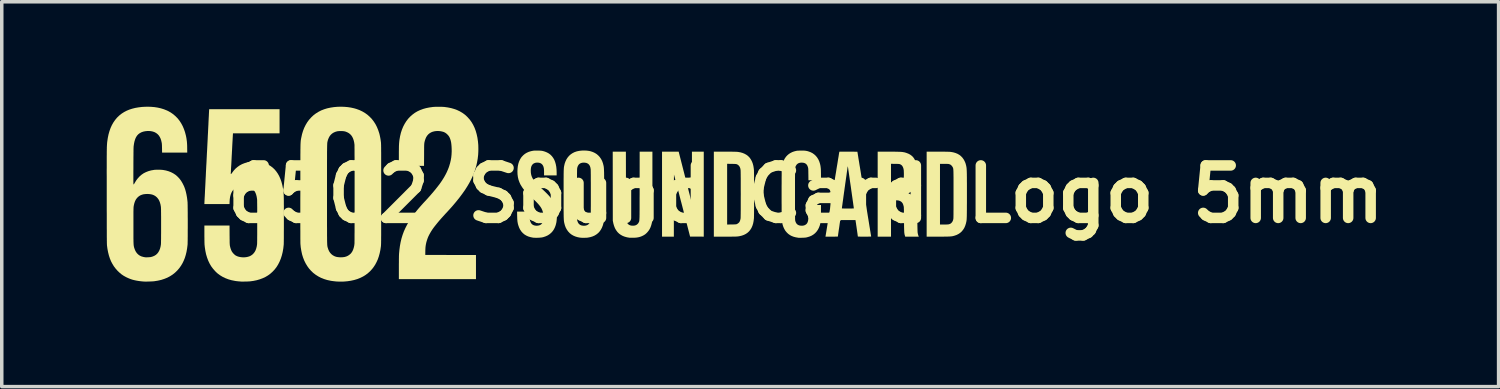
<source format=kicad_pcb>
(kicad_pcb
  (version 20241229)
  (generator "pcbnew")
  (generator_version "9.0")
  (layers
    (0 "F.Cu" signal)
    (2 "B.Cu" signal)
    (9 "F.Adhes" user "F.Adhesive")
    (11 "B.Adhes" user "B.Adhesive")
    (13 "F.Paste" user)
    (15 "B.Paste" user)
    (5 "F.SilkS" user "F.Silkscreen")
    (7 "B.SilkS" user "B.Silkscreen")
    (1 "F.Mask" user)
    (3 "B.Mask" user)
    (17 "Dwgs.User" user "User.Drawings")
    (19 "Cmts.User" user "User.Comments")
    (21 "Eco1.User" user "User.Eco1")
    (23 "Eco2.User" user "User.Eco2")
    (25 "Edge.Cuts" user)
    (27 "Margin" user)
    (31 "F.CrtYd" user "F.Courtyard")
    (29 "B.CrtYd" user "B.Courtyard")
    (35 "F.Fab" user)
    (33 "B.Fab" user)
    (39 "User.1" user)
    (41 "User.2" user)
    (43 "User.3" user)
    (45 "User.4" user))
  (footprint "6502 Sound Card Logo 5mm"
    (layer "F.Cu")
    (at 19.985 2.5)
    (property "Reference" "6502 Sound Card Logo 5mm" (at 0 0 0) (layer "F.SilkS") (effects (font (size 1.5 1.5) (thickness 0.3))))
    (attr board_only exclude_from_pos_files exclude_from_bom)
    (fp_poly (pts (xy -2.919 0.000042) (xy -2.919 1.214) (xy -3.114 1.213) (xy -3.31 1.212) (xy -3.538 0.327) (xy -3.56 0.242) (xy -3.582 0.16) (xy -3.602 0.08) (xy -3.622 0.003) (xy -3.641 -0.07) (xy -3.659 -0.14) (xy -3.677 -0.206) (xy -3.693 -0.267) (xy -3.707 -0.324) (xy -3.721 -0.375) (xy -3.733 -0.421) (xy -3.744 -0.461) (xy -3.752 -0.494) (xy -3.76 -0.521) (xy -3.765 -0.541) (xy -3.769 -0.554) (xy -3.77 -0.558) (xy -3.77 -0.558) (xy -3.771 -0.554) (xy -3.771 -0.542) (xy -3.771 -0.522) (xy -3.771 -0.495) (xy -3.772 -0.461) (xy -3.772 -0.42) (xy -3.772 -0.374) (xy -3.773 -0.321) (xy -3.773 -0.263) (xy -3.773 -0.201) (xy -3.773 -0.133) (xy -3.773 -0.062) (xy -3.773 0.013) (xy -3.773 0.092) (xy -3.774 0.173) (xy -3.774 0.257) (xy -3.774 0.328) (xy -3.774 1.214) (xy -3.943 1.214) (xy -4.112 1.214) (xy -4.112 0) (xy -4.112 -1.214) (xy -3.874 -1.214) (xy -3.636 -1.214) (xy -3.489 -0.638) (xy -3.471 -0.567) (xy -3.453 -0.496) (xy -3.435 -0.426) (xy -3.417 -0.357) (xy -3.401 -0.291) (xy -3.384 -0.228) (xy -3.369 -0.168) (xy -3.355 -0.112) (xy -3.342 -0.061) (xy -3.33 -0.015) (xy -3.32 0.024) (xy -3.312 0.057) (xy -3.305 0.082) (xy -3.303 0.09) (xy -3.294 0.124) (xy -3.286 0.156) (xy -3.279 0.184) (xy -3.272 0.207) (xy -3.267 0.225) (xy -3.263 0.237) (xy -3.261 0.241) (xy -3.261 0.241) (xy -3.261 0.237) (xy -3.26 0.225) (xy -3.26 0.205) (xy -3.26 0.178) (xy -3.259 0.144) (xy -3.259 0.104) (xy -3.259 0.059) (xy -3.258 0.007) (xy -3.258 -0.049) (xy -3.258 -0.11) (xy -3.258 -0.175) (xy -3.258 -0.244) (xy -3.258 -0.316) (xy -3.258 -0.391) (xy -3.257 -0.468) (xy -3.257 -0.487) (xy -3.257 -1.214) (xy -3.088 -1.214) (xy -2.919 -1.214)) (stroke (width 0) (type solid)) (fill yes) (layer "F.SilkS"))
    (fp_poly (pts (xy -5.143 -0.244) (xy -5.143 -0.136) (xy -5.143 -0.036) (xy -5.143 0.057) (xy -5.143 0.142) (xy -5.142 0.219) (xy -5.142 0.29) (xy -5.142 0.355) (xy -5.142 0.413) (xy -5.142 0.466) (xy -5.141 0.513) (xy -5.141 0.555) (xy -5.141 0.592) (xy -5.14 0.625) (xy -5.139 0.654) (xy -5.139 0.678) (xy -5.138 0.7) (xy -5.137 0.718) (xy -5.136 0.733) (xy -5.135 0.746) (xy -5.134 0.757) (xy -5.132 0.766) (xy -5.131 0.773) (xy -5.129 0.78) (xy -5.127 0.785) (xy -5.125 0.79) (xy -5.123 0.795) (xy -5.12 0.8) (xy -5.118 0.806) (xy -5.116 0.809) (xy -5.101 0.833) (xy -5.08 0.857) (xy -5.056 0.876) (xy -5.031 0.888) (xy -4.999 0.897) (xy -4.963 0.901) (xy -4.925 0.901) (xy -4.89 0.896) (xy -4.864 0.888) (xy -4.838 0.875) (xy -4.814 0.856) (xy -4.793 0.833) (xy -4.779 0.809) (xy -4.776 0.803) (xy -4.774 0.798) (xy -4.771 0.793) (xy -4.769 0.788) (xy -4.767 0.783) (xy -4.765 0.777) (xy -4.764 0.77) (xy -4.762 0.762) (xy -4.761 0.752) (xy -4.76 0.74) (xy -4.759 0.726) (xy -4.758 0.71) (xy -4.757 0.69) (xy -4.756 0.667) (xy -4.755 0.64) (xy -4.755 0.61) (xy -4.754 0.575) (xy -4.754 0.536) (xy -4.754 0.491) (xy -4.753 0.441) (xy -4.753 0.386) (xy -4.753 0.325) (xy -4.753 0.257) (xy -4.753 0.183) (xy -4.753 0.102) (xy -4.752 0.013) (xy -4.752 -0.083) (xy -4.752 -0.187) (xy -4.752 -0.244) (xy -4.751 -1.214) (xy -4.569 -1.214) (xy -4.387 -1.214) (xy -4.387 -0.256) (xy -4.387 -0.131) (xy -4.387 -0.015) (xy -4.387 0.093) (xy -4.387 0.192) (xy -4.388 0.283) (xy -4.388 0.366) (xy -4.388 0.44) (xy -4.388 0.507) (xy -4.389 0.565) (xy -4.389 0.615) (xy -4.389 0.657) (xy -4.39 0.69) (xy -4.39 0.716) (xy -4.391 0.734) (xy -4.392 0.744) (xy -4.392 0.744) (xy -4.402 0.817) (xy -4.419 0.884) (xy -4.44 0.945) (xy -4.467 1.001) (xy -4.5 1.051) (xy -4.537 1.095) (xy -4.567 1.124) (xy -4.596 1.149) (xy -4.628 1.169) (xy -4.656 1.185) (xy -4.695 1.203) (xy -4.732 1.217) (xy -4.77 1.228) (xy -4.81 1.236) (xy -4.853 1.242) (xy -4.903 1.245) (xy -4.937 1.246) (xy -4.965 1.246) (xy -4.991 1.246) (xy -5.013 1.246) (xy -5.03 1.246) (xy -5.041 1.246) (xy -5.043 1.245) (xy -5.113 1.233) (xy -5.179 1.215) (xy -5.238 1.192) (xy -5.292 1.162) (xy -5.34 1.127) (xy -5.381 1.087) (xy -5.392 1.074) (xy -5.422 1.033) (xy -5.448 0.99) (xy -5.469 0.944) (xy -5.487 0.894) (xy -5.503 0.837) (xy -5.509 0.806) (xy -5.519 0.759) (xy -5.52 -0.227) (xy -5.521 -1.214) (xy -5.333 -1.214) (xy -5.145 -1.214)) (stroke (width 0) (type solid)) (fill yes) (layer "F.SilkS"))
    (fp_poly (pts (xy -2.25 -1.214) (xy -2.195 -1.214) (xy -2.147 -1.214) (xy -2.105 -1.214) (xy -2.07 -1.213) (xy -2.04 -1.213) (xy -2.015 -1.212) (xy -1.994 -1.211) (xy -1.976 -1.211) (xy -1.961 -1.21) (xy -1.949 -1.208) (xy -1.943 -1.208) (xy -1.873 -1.196) (xy -1.809 -1.178) (xy -1.751 -1.154) (xy -1.698 -1.124) (xy -1.652 -1.089) (xy -1.611 -1.047) (xy -1.597 -1.029) (xy -1.565 -0.98) (xy -1.538 -0.927) (xy -1.517 -0.87) (xy -1.501 -0.807) (xy -1.49 -0.738) (xy -1.485 -0.69) (xy -1.484 -0.677) (xy -1.484 -0.657) (xy -1.483 -0.63) (xy -1.483 -0.596) (xy -1.482 -0.556) (xy -1.482 -0.51) (xy -1.482 -0.46) (xy -1.482 -0.405) (xy -1.481 -0.347) (xy -1.481 -0.285) (xy -1.481 -0.221) (xy -1.481 -0.155) (xy -1.481 -0.087) (xy -1.481 -0.019) (xy -1.481 0.05) (xy -1.481 0.117) (xy -1.481 0.184) (xy -1.481 0.25) (xy -1.481 0.313) (xy -1.481 0.373) (xy -1.482 0.43) (xy -1.482 0.483) (xy -1.482 0.531) (xy -1.483 0.575) (xy -1.483 0.612) (xy -1.484 0.643) (xy -1.484 0.667) (xy -1.485 0.684) (xy -1.485 0.69) (xy -1.494 0.767) (xy -1.508 0.838) (xy -1.528 0.903) (xy -1.554 0.962) (xy -1.586 1.014) (xy -1.623 1.061) (xy -1.666 1.101) (xy -1.715 1.135) (xy -1.77 1.163) (xy -1.831 1.185) (xy -1.898 1.201) (xy -1.943 1.208) (xy -1.955 1.209) (xy -1.968 1.21) (xy -1.984 1.211) (xy -2.004 1.212) (xy -2.027 1.213) (xy -2.054 1.213) (xy -2.087 1.213) (xy -2.125 1.214) (xy -2.17 1.214) (xy -2.221 1.214) (xy -2.28 1.214) (xy -2.313 1.214) (xy -2.631 1.214) (xy -2.631 0) (xy -2.251 0) (xy -2.251 0.868) (xy -2.127 0.866) (xy -2.09 0.866) (xy -2.06 0.865) (xy -2.036 0.864) (xy -2.018 0.863) (xy -2.004 0.862) (xy -1.993 0.861) (xy -1.985 0.859) (xy -1.981 0.858) (xy -1.957 0.846) (xy -1.932 0.829) (xy -1.91 0.809) (xy -1.902 0.798) (xy -1.888 0.773) (xy -1.877 0.741) (xy -1.868 0.704) (xy -1.866 0.683) (xy -1.865 0.674) (xy -1.865 0.656) (xy -1.864 0.63) (xy -1.864 0.597) (xy -1.863 0.556) (xy -1.863 0.509) (xy -1.862 0.454) (xy -1.862 0.393) (xy -1.862 0.326) (xy -1.862 0.253) (xy -1.862 0.174) (xy -1.862 0.09) (xy -1.861 0.001) (xy -1.861 0) (xy -1.862 -0.089) (xy -1.862 -0.173) (xy -1.862 -0.252) (xy -1.862 -0.325) (xy -1.862 -0.393) (xy -1.862 -0.454) (xy -1.863 -0.508) (xy -1.863 -0.556) (xy -1.864 -0.597) (xy -1.864 -0.63) (xy -1.865 -0.656) (xy -1.865 -0.673) (xy -1.866 -0.683) (xy -1.866 -0.683) (xy -1.872 -0.726) (xy -1.883 -0.761) (xy -1.898 -0.791) (xy -1.917 -0.816) (xy -1.937 -0.834) (xy -1.949 -0.842) (xy -1.96 -0.849) (xy -1.971 -0.854) (xy -1.983 -0.858) (xy -1.998 -0.861) (xy -2.017 -0.863) (xy -2.04 -0.864) (xy -2.069 -0.865) (xy -2.104 -0.866) (xy -2.127 -0.866) (xy -2.251 -0.868) (xy -2.251 0) (xy -2.631 0) (xy -2.631 -1.214) (xy -2.313 -1.214)) (stroke (width 0) (type solid)) (fill yes) (layer "F.SilkS"))
    (fp_poly (pts (xy 3.834 -1.214) (xy 3.889 -1.214) (xy 3.937 -1.214) (xy 3.978 -1.214) (xy 4.013 -1.213) (xy 4.043 -1.213) (xy 4.069 -1.212) (xy 4.09 -1.211) (xy 4.107 -1.211) (xy 4.122 -1.21) (xy 4.135 -1.208) (xy 4.14 -1.208) (xy 4.21 -1.196) (xy 4.274 -1.178) (xy 4.333 -1.154) (xy 4.385 -1.124) (xy 4.431 -1.088) (xy 4.472 -1.046) (xy 4.507 -0.998) (xy 4.526 -0.965) (xy 4.541 -0.935) (xy 4.552 -0.91) (xy 4.562 -0.885) (xy 4.57 -0.857) (xy 4.575 -0.838) (xy 4.579 -0.823) (xy 4.582 -0.81) (xy 4.585 -0.796) (xy 4.587 -0.782) (xy 4.59 -0.767) (xy 4.592 -0.751) (xy 4.594 -0.733) (xy 4.595 -0.713) (xy 4.597 -0.691) (xy 4.598 -0.666) (xy 4.599 -0.637) (xy 4.6 -0.604) (xy 4.601 -0.568) (xy 4.601 -0.526) (xy 4.602 -0.48) (xy 4.602 -0.428) (xy 4.602 -0.37) (xy 4.603 -0.305) (xy 4.603 -0.234) (xy 4.603 -0.155) (xy 4.603 -0.069) (xy 4.603 0) (xy 4.603 0.092) (xy 4.603 0.177) (xy 4.603 0.253) (xy 4.602 0.323) (xy 4.602 0.385) (xy 4.602 0.441) (xy 4.601 0.492) (xy 4.601 0.536) (xy 4.6 0.576) (xy 4.6 0.611) (xy 4.599 0.641) (xy 4.598 0.668) (xy 4.597 0.691) (xy 4.596 0.711) (xy 4.595 0.728) (xy 4.593 0.743) (xy 4.592 0.756) (xy 4.59 0.768) (xy 4.59 0.77) (xy 4.574 0.841) (xy 4.553 0.906) (xy 4.527 0.965) (xy 4.494 1.017) (xy 4.456 1.064) (xy 4.412 1.104) (xy 4.362 1.138) (xy 4.307 1.166) (xy 4.246 1.187) (xy 4.232 1.191) (xy 4.216 1.195) (xy 4.201 1.199) (xy 4.185 1.202) (xy 4.169 1.204) (xy 4.152 1.207) (xy 4.132 1.208) (xy 4.11 1.21) (xy 4.085 1.211) (xy 4.056 1.212) (xy 4.022 1.213) (xy 3.983 1.213) (xy 3.938 1.214) (xy 3.886 1.214) (xy 3.828 1.214) (xy 3.771 1.214) (xy 3.452 1.214) (xy 3.452 0) (xy 3.833 0) (xy 3.833 0.867) (xy 3.948 0.867) (xy 3.988 0.867) (xy 4.02 0.867) (xy 4.045 0.866) (xy 4.064 0.864) (xy 4.078 0.863) (xy 4.085 0.861) (xy 4.11 0.854) (xy 4.129 0.845) (xy 4.147 0.833) (xy 4.159 0.822) (xy 4.182 0.795) (xy 4.2 0.761) (xy 4.212 0.721) (xy 4.213 0.72) (xy 4.214 0.715) (xy 4.214 0.71) (xy 4.215 0.703) (xy 4.216 0.695) (xy 4.217 0.685) (xy 4.217 0.672) (xy 4.218 0.657) (xy 4.218 0.639) (xy 4.218 0.617) (xy 4.219 0.591) (xy 4.219 0.561) (xy 4.219 0.526) (xy 4.219 0.485) (xy 4.22 0.44) (xy 4.22 0.388) (xy 4.22 0.33) (xy 4.22 0.265) (xy 4.22 0.193) (xy 4.22 0.114) (xy 4.22 0.026) (xy 4.22 0) (xy 4.22 -0.092) (xy 4.22 -0.175) (xy 4.22 -0.251) (xy 4.22 -0.32) (xy 4.22 -0.382) (xy 4.22 -0.437) (xy 4.22 -0.486) (xy 4.219 -0.53) (xy 4.219 -0.568) (xy 4.218 -0.601) (xy 4.218 -0.63) (xy 4.217 -0.655) (xy 4.216 -0.676) (xy 4.215 -0.694) (xy 4.214 -0.709) (xy 4.212 -0.721) (xy 4.211 -0.732) (xy 4.209 -0.74) (xy 4.207 -0.748) (xy 4.204 -0.754) (xy 4.202 -0.76) (xy 4.199 -0.766) (xy 4.196 -0.772) (xy 4.193 -0.777) (xy 4.18 -0.797) (xy 4.164 -0.817) (xy 4.145 -0.834) (xy 4.127 -0.847) (xy 4.121 -0.849) (xy 4.108 -0.854) (xy 4.096 -0.858) (xy 4.083 -0.862) (xy 4.068 -0.864) (xy 4.05 -0.865) (xy 4.027 -0.866) (xy 3.999 -0.867) (xy 3.965 -0.867) (xy 3.948 -0.867) (xy 3.833 -0.867) (xy 3.833 0) (xy 3.452 0) (xy 3.452 -1.214) (xy 3.771 -1.214)) (stroke (width 0) (type solid)) (fill yes) (layer "F.SilkS"))
    (fp_poly (pts (xy -7.639 -1.246) (xy -7.603 -1.244) (xy -7.573 -1.242) (xy -7.546 -1.239) (xy -7.52 -1.234) (xy -7.494 -1.227) (xy -7.465 -1.218) (xy -7.458 -1.216) (xy -7.4 -1.192) (xy -7.347 -1.163) (xy -7.3 -1.127) (xy -7.259 -1.085) (xy -7.223 -1.037) (xy -7.192 -0.983) (xy -7.168 -0.922) (xy -7.149 -0.856) (xy -7.135 -0.783) (xy -7.127 -0.703) (xy -7.124 -0.619) (xy -7.124 -0.537) (xy -7.304 -0.537) (xy -7.484 -0.537) (xy -7.484 -0.619) (xy -7.484 -0.66) (xy -7.486 -0.696) (xy -7.488 -0.725) (xy -7.49 -0.74) (xy -7.5 -0.783) (xy -7.516 -0.819) (xy -7.537 -0.849) (xy -7.563 -0.872) (xy -7.594 -0.889) (xy -7.631 -0.899) (xy -7.673 -0.902) (xy -7.706 -0.901) (xy -7.734 -0.896) (xy -7.761 -0.886) (xy -7.785 -0.874) (xy -7.802 -0.861) (xy -7.824 -0.836) (xy -7.841 -0.808) (xy -7.853 -0.775) (xy -7.86 -0.736) (xy -7.864 -0.692) (xy -7.863 -0.649) (xy -7.861 -0.609) (xy -7.855 -0.571) (xy -7.846 -0.534) (xy -7.833 -0.498) (xy -7.816 -0.461) (xy -7.795 -0.425) (xy -7.769 -0.387) (xy -7.737 -0.347) (xy -7.701 -0.306) (xy -7.658 -0.261) (xy -7.609 -0.214) (xy -7.554 -0.162) (xy -7.537 -0.146) (xy -7.473 -0.087) (xy -7.416 -0.031) (xy -7.365 0.021) (xy -7.321 0.071) (xy -7.282 0.119) (xy -7.248 0.165) (xy -7.22 0.211) (xy -7.195 0.257) (xy -7.175 0.303) (xy -7.158 0.35) (xy -7.144 0.398) (xy -7.143 0.403) (xy -7.13 0.471) (xy -7.121 0.544) (xy -7.118 0.619) (xy -7.119 0.693) (xy -7.126 0.765) (xy -7.133 0.812) (xy -7.15 0.882) (xy -7.173 0.946) (xy -7.202 1.005) (xy -7.237 1.057) (xy -7.278 1.103) (xy -7.325 1.143) (xy -7.377 1.177) (xy -7.435 1.204) (xy -7.499 1.226) (xy -7.541 1.236) (xy -7.565 1.239) (xy -7.595 1.242) (xy -7.63 1.245) (xy -7.667 1.246) (xy -7.704 1.247) (xy -7.74 1.246) (xy -7.772 1.245) (xy -7.798 1.243) (xy -7.803 1.242) (xy -7.872 1.228) (xy -7.936 1.209) (xy -7.993 1.183) (xy -8.045 1.151) (xy -8.091 1.112) (xy -8.131 1.068) (xy -8.166 1.017) (xy -8.195 0.96) (xy -8.218 0.896) (xy -8.226 0.87) (xy -8.233 0.843) (xy -8.238 0.816) (xy -8.243 0.79) (xy -8.246 0.761) (xy -8.249 0.729) (xy -8.251 0.692) (xy -8.252 0.649) (xy -8.253 0.621) (xy -8.255 0.499) (xy -8.075 0.499) (xy -7.895 0.499) (xy -7.893 0.617) (xy -7.892 0.654) (xy -7.891 0.685) (xy -7.89 0.709) (xy -7.889 0.728) (xy -7.887 0.742) (xy -7.885 0.754) (xy -7.884 0.759) (xy -7.869 0.8) (xy -7.851 0.834) (xy -7.827 0.86) (xy -7.799 0.88) (xy -7.765 0.893) (xy -7.726 0.9) (xy -7.698 0.902) (xy -7.654 0.899) (xy -7.615 0.889) (xy -7.582 0.874) (xy -7.555 0.852) (xy -7.533 0.824) (xy -7.517 0.79) (xy -7.507 0.754) (xy -7.499 0.696) (xy -7.498 0.636) (xy -7.504 0.575) (xy -7.516 0.516) (xy -7.534 0.46) (xy -7.556 0.411) (xy -7.581 0.369) (xy -7.614 0.325) (xy -7.654 0.277) (xy -7.7 0.228) (xy -7.753 0.176) (xy -7.774 0.157) (xy -7.825 0.11) (xy -7.87 0.068) (xy -7.91 0.03) (xy -7.945 -0.004) (xy -7.976 -0.036) (xy -8.004 -0.065) (xy -8.029 -0.092) (xy -8.051 -0.119) (xy -8.072 -0.145) (xy -8.092 -0.172) (xy -8.111 -0.199) (xy -8.119 -0.212) (xy -8.159 -0.277) (xy -8.19 -0.345) (xy -8.215 -0.415) (xy -8.232 -0.488) (xy -8.242 -0.566) (xy -8.245 -0.644) (xy -8.242 -0.724) (xy -8.234 -0.798) (xy -8.22 -0.866) (xy -8.2 -0.929) (xy -8.174 -0.986) (xy -8.143 -1.039) (xy -8.119 -1.07) (xy -8.077 -1.114) (xy -8.031 -1.152) (xy -7.98 -1.183) (xy -7.923 -1.209) (xy -7.861 -1.228) (xy -7.825 -1.236) (xy -7.808 -1.239) (xy -7.792 -1.242) (xy -7.776 -1.244) (xy -7.757 -1.245) (xy -7.735 -1.245) (xy -7.707 -1.246) (xy -7.68 -1.246)) (stroke (width 0) (type solid)) (fill yes) (layer "F.SilkS"))
    (fp_poly (pts (xy 2.433 -1.214) (xy 2.494 -1.214) (xy 2.547 -1.214) (xy 2.594 -1.213) (xy 2.635 -1.212) (xy 2.671 -1.211) (xy 2.702 -1.21) (xy 2.73 -1.208) (xy 2.754 -1.206) (xy 2.776 -1.203) (xy 2.796 -1.199) (xy 2.815 -1.196) (xy 2.833 -1.191) (xy 2.851 -1.186) (xy 2.87 -1.18) (xy 2.875 -1.178) (xy 2.93 -1.157) (xy 2.979 -1.131) (xy 3.023 -1.099) (xy 3.06 -1.063) (xy 3.093 -1.02) (xy 3.12 -0.971) (xy 3.143 -0.916) (xy 3.161 -0.854) (xy 3.172 -0.802) (xy 3.174 -0.784) (xy 3.176 -0.759) (xy 3.177 -0.729) (xy 3.178 -0.693) (xy 3.179 -0.654) (xy 3.18 -0.613) (xy 3.18 -0.571) (xy 3.18 -0.53) (xy 3.179 -0.49) (xy 3.178 -0.453) (xy 3.177 -0.42) (xy 3.175 -0.392) (xy 3.173 -0.371) (xy 3.172 -0.364) (xy 3.157 -0.298) (xy 3.137 -0.239) (xy 3.112 -0.186) (xy 3.082 -0.141) (xy 3.046 -0.101) (xy 3.005 -0.068) (xy 2.967 -0.046) (xy 2.952 -0.037) (xy 2.94 -0.03) (xy 2.934 -0.025) (xy 2.933 -0.024) (xy 2.938 -0.02) (xy 2.947 -0.015) (xy 2.949 -0.015) (xy 2.993 0.004) (xy 3.032 0.028) (xy 3.066 0.058) (xy 3.096 0.094) (xy 3.121 0.137) (xy 3.142 0.186) (xy 3.159 0.241) (xy 3.172 0.305) (xy 3.176 0.331) (xy 3.177 0.342) (xy 3.178 0.355) (xy 3.179 0.371) (xy 3.18 0.391) (xy 3.181 0.414) (xy 3.182 0.443) (xy 3.182 0.476) (xy 3.183 0.516) (xy 3.184 0.561) (xy 3.184 0.614) (xy 3.185 0.674) (xy 3.186 0.723) (xy 3.186 0.796) (xy 3.187 0.86) (xy 3.188 0.918) (xy 3.189 0.968) (xy 3.19 1.01) (xy 3.191 1.044) (xy 3.192 1.07) (xy 3.193 1.089) (xy 3.194 1.098) (xy 3.201 1.137) (xy 3.211 1.172) (xy 3.219 1.195) (xy 3.228 1.214) (xy 3.034 1.214) (xy 2.839 1.214) (xy 2.831 1.186) (xy 2.827 1.173) (xy 2.823 1.16) (xy 2.82 1.149) (xy 2.818 1.137) (xy 2.816 1.124) (xy 2.814 1.109) (xy 2.812 1.093) (xy 2.811 1.074) (xy 2.81 1.051) (xy 2.809 1.024) (xy 2.808 0.993) (xy 2.807 0.957) (xy 2.806 0.914) (xy 2.806 0.866) (xy 2.805 0.81) (xy 2.805 0.747) (xy 2.805 0.728) (xy 2.804 0.664) (xy 2.804 0.608) (xy 2.803 0.559) (xy 2.803 0.517) (xy 2.802 0.481) (xy 2.802 0.451) (xy 2.801 0.426) (xy 2.8 0.405) (xy 2.8 0.388) (xy 2.799 0.375) (xy 2.798 0.364) (xy 2.797 0.355) (xy 2.795 0.348) (xy 2.794 0.343) (xy 2.782 0.301) (xy 2.767 0.265) (xy 2.747 0.237) (xy 2.723 0.214) (xy 2.693 0.197) (xy 2.662 0.185) (xy 2.651 0.182) (xy 2.639 0.18) (xy 2.625 0.178) (xy 2.607 0.177) (xy 2.585 0.176) (xy 2.556 0.175) (xy 2.533 0.175) (xy 2.433 0.173) (xy 2.433 0.693) (xy 2.433 1.214) (xy 2.242 1.214) (xy 2.052 1.214) (xy 2.052 0) (xy 2.052 -0.521) (xy 2.433 -0.521) (xy 2.433 -0.173) (xy 2.518 -0.174) (xy 2.554 -0.174) (xy 2.585 -0.175) (xy 2.612 -0.177) (xy 2.632 -0.179) (xy 2.636 -0.179) (xy 2.676 -0.19) (xy 2.71 -0.207) (xy 2.739 -0.229) (xy 2.762 -0.259) (xy 2.781 -0.294) (xy 2.791 -0.324) (xy 2.793 -0.335) (xy 2.795 -0.354) (xy 2.796 -0.379) (xy 2.798 -0.409) (xy 2.799 -0.443) (xy 2.8 -0.478) (xy 2.8 -0.515) (xy 2.801 -0.552) (xy 2.801 -0.587) (xy 2.8 -0.62) (xy 2.799 -0.649) (xy 2.798 -0.673) (xy 2.797 -0.691) (xy 2.796 -0.694) (xy 2.787 -0.738) (xy 2.773 -0.776) (xy 2.755 -0.807) (xy 2.732 -0.832) (xy 2.704 -0.85) (xy 2.691 -0.855) (xy 2.684 -0.858) (xy 2.676 -0.86) (xy 2.667 -0.862) (xy 2.657 -0.863) (xy 2.642 -0.864) (xy 2.623 -0.865) (xy 2.599 -0.866) (xy 2.567 -0.866) (xy 2.55 -0.866) (xy 2.433 -0.868) (xy 2.433 -0.521) (xy 2.052 -0.521) (xy 2.052 -1.214) (xy 2.365 -1.214)) (stroke (width 0) (type solid)) (fill yes) (layer "F.SilkS"))
    (fp_poly (pts (xy -10.456 -2.497) (xy -10.418 -2.497) (xy -10.384 -2.496) (xy -10.355 -2.494) (xy -10.335 -2.493) (xy -10.235 -2.479) (xy -10.141 -2.46) (xy -10.053 -2.435) (xy -9.971 -2.405) (xy -9.895 -2.369) (xy -9.823 -2.327) (xy -9.756 -2.279) (xy -9.745 -2.271) (xy -9.729 -2.257) (xy -9.71 -2.24) (xy -9.69 -2.22) (xy -9.67 -2.201) (xy -9.665 -2.195) (xy -9.607 -2.13) (xy -9.555 -2.058) (xy -9.51 -1.981) (xy -9.47 -1.897) (xy -9.437 -1.808) (xy -9.41 -1.713) (xy -9.388 -1.612) (xy -9.373 -1.505) (xy -9.367 -1.439) (xy -9.364 -1.403) (xy -9.363 -1.361) (xy -9.362 -1.315) (xy -9.362 -1.268) (xy -9.363 -1.221) (xy -9.365 -1.177) (xy -9.367 -1.138) (xy -9.369 -1.115) (xy -9.381 -1.012) (xy -9.399 -0.91) (xy -9.421 -0.811) (xy -9.449 -0.712) (xy -9.483 -0.614) (xy -9.523 -0.517) (xy -9.569 -0.419) (xy -9.621 -0.32) (xy -9.68 -0.22) (xy -9.745 -0.118) (xy -9.818 -0.015) (xy -9.897 0.091) (xy -9.984 0.2) (xy -10.018 0.241) (xy -10.051 0.28) (xy -10.083 0.318) (xy -10.115 0.355) (xy -10.149 0.393) (xy -10.185 0.433) (xy -10.225 0.477) (xy -10.269 0.525) (xy -10.293 0.55) (xy -10.364 0.628) (xy -10.429 0.7) (xy -10.488 0.768) (xy -10.541 0.832) (xy -10.589 0.892) (xy -10.633 0.948) (xy -10.672 1.002) (xy -10.706 1.054) (xy -10.736 1.104) (xy -10.763 1.153) (xy -10.787 1.2) (xy -10.807 1.247) (xy -10.824 1.295) (xy -10.839 1.342) (xy -10.849 1.377) (xy -10.859 1.423) (xy -10.867 1.468) (xy -10.873 1.515) (xy -10.876 1.565) (xy -10.878 1.622) (xy -10.878 1.637) (xy -10.879 1.737) (xy -10.154 1.738) (xy -9.43 1.739) (xy -9.43 2.084) (xy -9.43 2.428) (xy -10.532 2.428) (xy -11.634 2.428) (xy -11.634 2.104) (xy -11.634 2.05) (xy -11.634 1.998) (xy -11.633 1.947) (xy -11.633 1.9) (xy -11.633 1.856) (xy -11.632 1.816) (xy -11.632 1.781) (xy -11.631 1.753) (xy -11.63 1.731) (xy -11.63 1.718) (xy -11.619 1.596) (xy -11.604 1.481) (xy -11.584 1.372) (xy -11.559 1.267) (xy -11.528 1.166) (xy -11.492 1.067) (xy -11.449 0.971) (xy -11.4 0.875) (xy -11.344 0.78) (xy -11.281 0.683) (xy -11.213 0.588) (xy -11.18 0.544) (xy -11.146 0.501) (xy -11.111 0.457) (xy -11.074 0.413) (xy -11.034 0.367) (xy -10.991 0.318) (xy -10.944 0.265) (xy -10.891 0.208) (xy -10.879 0.195) (xy -10.795 0.103) (xy -10.717 0.015) (xy -10.646 -0.068) (xy -10.581 -0.147) (xy -10.521 -0.223) (xy -10.466 -0.295) (xy -10.417 -0.365) (xy -10.373 -0.433) (xy -10.333 -0.499) (xy -10.297 -0.564) (xy -10.265 -0.628) (xy -10.237 -0.691) (xy -10.212 -0.754) (xy -10.194 -0.806) (xy -10.169 -0.89) (xy -10.15 -0.972) (xy -10.136 -1.053) (xy -10.128 -1.136) (xy -10.124 -1.222) (xy -10.125 -1.295) (xy -10.128 -1.362) (xy -10.133 -1.422) (xy -10.14 -1.476) (xy -10.15 -1.524) (xy -10.163 -1.567) (xy -10.178 -1.607) (xy -10.194 -1.64) (xy -10.216 -1.672) (xy -10.244 -1.703) (xy -10.275 -1.732) (xy -10.309 -1.756) (xy -10.344 -1.774) (xy -10.351 -1.777) (xy -10.403 -1.792) (xy -10.458 -1.802) (xy -10.514 -1.806) (xy -10.57 -1.804) (xy -10.624 -1.796) (xy -10.675 -1.782) (xy -10.713 -1.766) (xy -10.755 -1.741) (xy -10.792 -1.711) (xy -10.824 -1.674) (xy -10.852 -1.631) (xy -10.874 -1.581) (xy -10.893 -1.524) (xy -10.903 -1.48) (xy -10.905 -1.471) (xy -10.906 -1.462) (xy -10.907 -1.453) (xy -10.908 -1.443) (xy -10.909 -1.43) (xy -10.91 -1.415) (xy -10.911 -1.397) (xy -10.911 -1.375) (xy -10.912 -1.348) (xy -10.912 -1.316) (xy -10.912 -1.278) (xy -10.913 -1.233) (xy -10.913 -1.182) (xy -10.913 -1.122) (xy -10.913 -1.122) (xy -10.915 -0.808) (xy -11.275 -0.808) (xy -11.634 -0.808) (xy -11.634 -1.095) (xy -11.634 -1.159) (xy -11.634 -1.215) (xy -11.633 -1.264) (xy -11.633 -1.307) (xy -11.632 -1.345) (xy -11.632 -1.378) (xy -11.63 -1.408) (xy -11.629 -1.435) (xy -11.627 -1.46) (xy -11.625 -1.483) (xy -11.623 -1.506) (xy -11.62 -1.53) (xy -11.617 -1.555) (xy -11.599 -1.657) (xy -11.576 -1.754) (xy -11.546 -1.845) (xy -11.51 -1.932) (xy -11.468 -2.012) (xy -11.42 -2.088) (xy -11.367 -2.157) (xy -11.307 -2.22) (xy -11.242 -2.277) (xy -11.177 -2.325) (xy -11.106 -2.367) (xy -11.029 -2.403) (xy -10.947 -2.434) (xy -10.858 -2.459) (xy -10.764 -2.478) (xy -10.663 -2.492) (xy -10.661 -2.493) (xy -10.638 -2.494) (xy -10.608 -2.496) (xy -10.573 -2.497) (xy -10.535 -2.497) (xy -10.496 -2.498)) (stroke (width 0) (type solid)) (fill yes) (layer "F.SilkS"))
    (fp_poly (pts (xy -0.091 -1.246) (xy -0.058 -1.245) (xy -0.03 -1.243) (xy -0.005 -1.24) (xy 0.019 -1.236) (xy 0.043 -1.231) (xy 0.069 -1.223) (xy 0.074 -1.222) (xy 0.134 -1.2) (xy 0.189 -1.172) (xy 0.238 -1.137) (xy 0.283 -1.096) (xy 0.322 -1.048) (xy 0.355 -0.995) (xy 0.382 -0.936) (xy 0.403 -0.871) (xy 0.414 -0.824) (xy 0.419 -0.794) (xy 0.423 -0.761) (xy 0.427 -0.724) (xy 0.429 -0.68) (xy 0.43 -0.631) (xy 0.431 -0.574) (xy 0.431 -0.528) (xy 0.432 -0.398) (xy 0.252 -0.398) (xy 0.073 -0.398) (xy 0.071 -0.566) (xy 0.07 -0.609) (xy 0.07 -0.644) (xy 0.069 -0.672) (xy 0.069 -0.695) (xy 0.068 -0.714) (xy 0.067 -0.728) (xy 0.066 -0.74) (xy 0.064 -0.75) (xy 0.062 -0.759) (xy 0.06 -0.767) (xy 0.046 -0.806) (xy 0.028 -0.839) (xy 0.004 -0.864) (xy -0.024 -0.883) (xy -0.058 -0.895) (xy -0.091 -0.9) (xy -0.137 -0.902) (xy -0.177 -0.896) (xy -0.212 -0.885) (xy -0.242 -0.866) (xy -0.267 -0.841) (xy -0.285 -0.811) (xy -0.288 -0.804) (xy -0.291 -0.798) (xy -0.294 -0.793) (xy -0.296 -0.787) (xy -0.299 -0.781) (xy -0.3 -0.773) (xy -0.302 -0.765) (xy -0.304 -0.755) (xy -0.305 -0.742) (xy -0.306 -0.728) (xy -0.307 -0.71) (xy -0.308 -0.689) (xy -0.309 -0.665) (xy -0.309 -0.637) (xy -0.31 -0.604) (xy -0.31 -0.566) (xy -0.31 -0.524) (xy -0.311 -0.475) (xy -0.311 -0.421) (xy -0.311 -0.361) (xy -0.311 -0.293) (xy -0.311 -0.219) (xy -0.311 -0.137) (xy -0.311 -0.048) (xy -0.311 0.002) (xy -0.311 0.095) (xy -0.311 0.179) (xy -0.311 0.256) (xy -0.311 0.326) (xy -0.311 0.388) (xy -0.311 0.444) (xy -0.311 0.494) (xy -0.31 0.538) (xy -0.31 0.577) (xy -0.31 0.611) (xy -0.31 0.64) (xy -0.309 0.665) (xy -0.309 0.686) (xy -0.309 0.704) (xy -0.308 0.718) (xy -0.308 0.73) (xy -0.307 0.739) (xy -0.306 0.747) (xy -0.305 0.753) (xy -0.305 0.758) (xy -0.304 0.762) (xy -0.304 0.763) (xy -0.29 0.803) (xy -0.272 0.836) (xy -0.248 0.862) (xy -0.22 0.881) (xy -0.186 0.894) (xy -0.15 0.9) (xy -0.106 0.902) (xy -0.067 0.897) (xy -0.032 0.886) (xy -0.003 0.869) (xy 0.006 0.862) (xy 0.025 0.844) (xy 0.039 0.824) (xy 0.05 0.8) (xy 0.054 0.788) (xy 0.058 0.775) (xy 0.062 0.762) (xy 0.064 0.746) (xy 0.066 0.728) (xy 0.068 0.706) (xy 0.07 0.679) (xy 0.071 0.648) (xy 0.071 0.611) (xy 0.072 0.567) (xy 0.072 0.516) (xy 0.072 0.496) (xy 0.072 0.309) (xy 0.252 0.309) (xy 0.432 0.309) (xy 0.431 0.483) (xy 0.431 0.547) (xy 0.431 0.603) (xy 0.43 0.652) (xy 0.428 0.696) (xy 0.426 0.734) (xy 0.423 0.768) (xy 0.419 0.799) (xy 0.414 0.827) (xy 0.408 0.853) (xy 0.402 0.878) (xy 0.394 0.904) (xy 0.394 0.905) (xy 0.369 0.967) (xy 0.339 1.023) (xy 0.303 1.073) (xy 0.262 1.117) (xy 0.214 1.155) (xy 0.161 1.187) (xy 0.102 1.212) (xy 0.037 1.231) (xy 0.008 1.238) (xy -0.007 1.24) (xy -0.029 1.242) (xy -0.055 1.244) (xy -0.085 1.245) (xy -0.116 1.246) (xy -0.146 1.247) (xy -0.174 1.247) (xy -0.198 1.247) (xy -0.216 1.246) (xy -0.22 1.245) (xy -0.29 1.233) (xy -0.354 1.216) (xy -0.412 1.193) (xy -0.453 1.171) (xy -0.503 1.136) (xy -0.547 1.094) (xy -0.586 1.047) (xy -0.618 0.993) (xy -0.645 0.934) (xy -0.666 0.869) (xy -0.681 0.798) (xy -0.689 0.721) (xy -0.689 0.719) (xy -0.69 0.707) (xy -0.691 0.686) (xy -0.691 0.658) (xy -0.692 0.624) (xy -0.692 0.583) (xy -0.692 0.537) (xy -0.693 0.486) (xy -0.693 0.43) (xy -0.693 0.371) (xy -0.693 0.309) (xy -0.694 0.243) (xy -0.694 0.176) (xy -0.694 0.108) (xy -0.694 0.038) (xy -0.694 -0.032) (xy -0.694 -0.102) (xy -0.694 -0.17) (xy -0.694 -0.238) (xy -0.693 -0.303) (xy -0.693 -0.366) (xy -0.693 -0.426) (xy -0.693 -0.482) (xy -0.692 -0.533) (xy -0.692 -0.58) (xy -0.692 -0.621) (xy -0.691 -0.656) (xy -0.691 -0.685) (xy -0.69 -0.706) (xy -0.69 -0.72) (xy -0.689 -0.721) (xy -0.682 -0.793) (xy -0.669 -0.858) (xy -0.652 -0.918) (xy -0.628 -0.973) (xy -0.6 -1.025) (xy -0.565 -1.074) (xy -0.562 -1.077) (xy -0.526 -1.115) (xy -0.484 -1.15) (xy -0.436 -1.18) (xy -0.385 -1.205) (xy -0.336 -1.222) (xy -0.309 -1.229) (xy -0.285 -1.235) (xy -0.261 -1.24) (xy -0.236 -1.243) (xy -0.209 -1.244) (xy -0.177 -1.245) (xy -0.138 -1.246) (xy -0.131 -1.246)) (stroke (width 0) (type solid)) (fill yes) (layer "F.SilkS"))
    (fp_poly (pts (xy 1.191 -1.214) (xy 1.232 -1.214) (xy 1.272 -1.214) (xy 1.311 -1.214) (xy 1.347 -1.214) (xy 1.381 -1.214) (xy 1.411 -1.213) (xy 1.435 -1.213) (xy 1.454 -1.213) (xy 1.467 -1.213) (xy 1.472 -1.212) (xy 1.472 -1.212) (xy 1.473 -1.208) (xy 1.475 -1.196) (xy 1.478 -1.176) (xy 1.483 -1.148) (xy 1.488 -1.114) (xy 1.495 -1.073) (xy 1.502 -1.025) (xy 1.511 -0.972) (xy 1.521 -0.913) (xy 1.531 -0.848) (xy 1.543 -0.778) (xy 1.555 -0.704) (xy 1.568 -0.625) (xy 1.581 -0.542) (xy 1.595 -0.455) (xy 1.61 -0.365) (xy 1.625 -0.272) (xy 1.64 -0.176) (xy 1.656 -0.078) (xy 1.669 -0.001) (xy 1.685 0.098) (xy 1.701 0.196) (xy 1.717 0.292) (xy 1.732 0.384) (xy 1.746 0.473) (xy 1.76 0.559) (xy 1.773 0.641) (xy 1.786 0.719) (xy 1.798 0.793) (xy 1.809 0.861) (xy 1.819 0.925) (xy 1.829 0.983) (xy 1.837 1.035) (xy 1.845 1.081) (xy 1.851 1.121) (xy 1.857 1.153) (xy 1.861 1.179) (xy 1.864 1.198) (xy 1.865 1.208) (xy 1.866 1.211) (xy 1.862 1.211) (xy 1.85 1.212) (xy 1.831 1.213) (xy 1.807 1.213) (xy 1.777 1.214) (xy 1.744 1.214) (xy 1.707 1.214) (xy 1.675 1.214) (xy 1.628 1.214) (xy 1.589 1.214) (xy 1.557 1.214) (xy 1.532 1.213) (xy 1.513 1.213) (xy 1.499 1.212) (xy 1.491 1.211) (xy 1.486 1.21) (xy 1.485 1.209) (xy 1.484 1.204) (xy 1.483 1.191) (xy 1.48 1.172) (xy 1.477 1.147) (xy 1.473 1.118) (xy 1.468 1.085) (xy 1.463 1.05) (xy 1.458 1.013) (xy 1.452 0.974) (xy 1.447 0.936) (xy 1.441 0.899) (xy 1.436 0.864) (xy 1.432 0.832) (xy 1.427 0.804) (xy 1.424 0.781) (xy 1.421 0.763) (xy 1.42 0.753) (xy 1.419 0.75) (xy 1.417 0.74) (xy 1.199 0.74) (xy 1.157 0.74) (xy 1.118 0.74) (xy 1.082 0.741) (xy 1.05 0.741) (xy 1.024 0.741) (xy 1.003 0.741) (xy 0.989 0.742) (xy 0.982 0.742) (xy 0.981 0.742) (xy 0.981 0.747) (xy 0.979 0.759) (xy 0.976 0.778) (xy 0.973 0.803) (xy 0.968 0.833) (xy 0.963 0.868) (xy 0.958 0.907) (xy 0.952 0.948) (xy 0.948 0.976) (xy 0.941 1.019) (xy 0.935 1.06) (xy 0.93 1.097) (xy 0.925 1.131) (xy 0.921 1.16) (xy 0.918 1.183) (xy 0.915 1.199) (xy 0.914 1.209) (xy 0.914 1.211) (xy 0.91 1.212) (xy 0.898 1.212) (xy 0.88 1.213) (xy 0.855 1.213) (xy 0.826 1.214) (xy 0.793 1.214) (xy 0.757 1.214) (xy 0.737 1.214) (xy 0.56 1.214) (xy 0.692 0.407) (xy 1.028 0.407) (xy 1.032 0.408) (xy 1.044 0.409) (xy 1.062 0.409) (xy 1.086 0.41) (xy 1.115 0.41) (xy 1.148 0.41) (xy 1.184 0.41) (xy 1.199 0.41) (xy 1.244 0.41) (xy 1.28 0.41) (xy 1.31 0.41) (xy 1.332 0.409) (xy 1.349 0.409) (xy 1.361 0.408) (xy 1.368 0.407) (xy 1.371 0.406) (xy 1.371 0.405) (xy 1.37 0.4) (xy 1.368 0.386) (xy 1.366 0.366) (xy 1.362 0.339) (xy 1.357 0.306) (xy 1.352 0.268) (xy 1.346 0.224) (xy 1.339 0.177) (xy 1.332 0.126) (xy 1.324 0.071) (xy 1.316 0.015) (xy 1.308 -0.044) (xy 1.299 -0.104) (xy 1.291 -0.165) (xy 1.282 -0.227) (xy 1.273 -0.288) (xy 1.264 -0.348) (xy 1.256 -0.406) (xy 1.248 -0.463) (xy 1.24 -0.517) (xy 1.233 -0.568) (xy 1.226 -0.615) (xy 1.22 -0.657) (xy 1.214 -0.695) (xy 1.21 -0.727) (xy 1.206 -0.754) (xy 1.203 -0.773) (xy 1.201 -0.785) (xy 1.2 -0.79) (xy 1.2 -0.79) (xy 1.196 -0.791) (xy 1.195 -0.791) (xy 1.195 -0.786) (xy 1.193 -0.774) (xy 1.19 -0.755) (xy 1.186 -0.729) (xy 1.182 -0.697) (xy 1.176 -0.659) (xy 1.17 -0.617) (xy 1.164 -0.57) (xy 1.157 -0.519) (xy 1.149 -0.465) (xy 1.141 -0.409) (xy 1.133 -0.35) (xy 1.124 -0.29) (xy 1.116 -0.229) (xy 1.107 -0.168) (xy 1.099 -0.107) (xy 1.09 -0.046) (xy 1.082 0.013) (xy 1.074 0.07) (xy 1.067 0.124) (xy 1.06 0.176) (xy 1.053 0.223) (xy 1.047 0.267) (xy 1.042 0.306) (xy 1.037 0.339) (xy 1.033 0.366) (xy 1.031 0.387) (xy 1.029 0.401) (xy 1.028 0.407) (xy 1.028 0.407) (xy 0.692 0.407) (xy 0.758 0.001) (xy 0.774 -0.099) (xy 0.79 -0.197) (xy 0.806 -0.292) (xy 0.821 -0.385) (xy 0.835 -0.474) (xy 0.849 -0.56) (xy 0.863 -0.642) (xy 0.875 -0.72) (xy 0.887 -0.794) (xy 0.899 -0.863) (xy 0.909 -0.926) (xy 0.918 -0.984) (xy 0.927 -1.037) (xy 0.935 -1.083) (xy 0.941 -1.122) (xy 0.946 -1.155) (xy 0.951 -1.181) (xy 0.954 -1.2) (xy 0.955 -1.21) (xy 0.956 -1.213) (xy 0.96 -1.213) (xy 0.972 -1.214) (xy 0.99 -1.214) (xy 1.014 -1.214) (xy 1.043 -1.214) (xy 1.077 -1.214) (xy 1.113 -1.214) (xy 1.151 -1.214)) (stroke (width 0) (type solid)) (fill yes) (layer "F.SilkS"))
    (fp_poly (pts (xy -6.266 -1.245) (xy -6.198 -1.236) (xy -6.149 -1.225) (xy -6.087 -1.204) (xy -6.03 -1.177) (xy -5.978 -1.144) (xy -5.931 -1.103) (xy -5.89 -1.057) (xy -5.854 -1.005) (xy -5.824 -0.947) (xy -5.801 -0.884) (xy -5.784 -0.816) (xy -5.783 -0.813) (xy -5.781 -0.801) (xy -5.779 -0.79) (xy -5.777 -0.777) (xy -5.776 -0.764) (xy -5.774 -0.749) (xy -5.773 -0.733) (xy -5.772 -0.714) (xy -5.771 -0.692) (xy -5.77 -0.668) (xy -5.769 -0.64) (xy -5.768 -0.607) (xy -5.768 -0.571) (xy -5.767 -0.53) (xy -5.767 -0.483) (xy -5.767 -0.431) (xy -5.767 -0.373) (xy -5.766 -0.309) (xy -5.766 -0.237) (xy -5.766 -0.158) (xy -5.766 -0.072) (xy -5.766 0) (xy -5.766 0.098) (xy -5.766 0.189) (xy -5.766 0.273) (xy -5.767 0.351) (xy -5.767 0.422) (xy -5.767 0.486) (xy -5.768 0.542) (xy -5.768 0.591) (xy -5.769 0.632) (xy -5.769 0.665) (xy -5.77 0.691) (xy -5.77 0.708) (xy -5.771 0.713) (xy -5.776 0.768) (xy -5.784 0.818) (xy -5.796 0.865) (xy -5.806 0.898) (xy -5.831 0.961) (xy -5.862 1.018) (xy -5.898 1.069) (xy -5.941 1.114) (xy -5.989 1.152) (xy -6.042 1.184) (xy -6.102 1.21) (xy -6.166 1.229) (xy -6.236 1.242) (xy -6.264 1.245) (xy -6.299 1.246) (xy -6.336 1.247) (xy -6.375 1.247) (xy -6.411 1.246) (xy -6.443 1.243) (xy -6.46 1.242) (xy -6.53 1.228) (xy -6.594 1.208) (xy -6.653 1.182) (xy -6.707 1.149) (xy -6.755 1.11) (xy -6.797 1.064) (xy -6.833 1.013) (xy -6.864 0.956) (xy -6.888 0.893) (xy -6.906 0.824) (xy -6.91 0.804) (xy -6.912 0.793) (xy -6.914 0.781) (xy -6.915 0.77) (xy -6.917 0.757) (xy -6.918 0.742) (xy -6.919 0.726) (xy -6.92 0.708) (xy -6.921 0.686) (xy -6.922 0.662) (xy -6.923 0.634) (xy -6.923 0.602) (xy -6.924 0.566) (xy -6.924 0.525) (xy -6.925 0.479) (xy -6.925 0.427) (xy -6.925 0.369) (xy -6.925 0.305) (xy -6.925 0.234) (xy -6.925 0.155) (xy -6.925 0.069) (xy -6.925 0) (xy -6.542 0) (xy -6.542 0.092) (xy -6.542 0.176) (xy -6.542 0.253) (xy -6.542 0.322) (xy -6.542 0.384) (xy -6.542 0.439) (xy -6.542 0.489) (xy -6.542 0.533) (xy -6.542 0.571) (xy -6.542 0.605) (xy -6.541 0.633) (xy -6.541 0.658) (xy -6.541 0.679) (xy -6.54 0.696) (xy -6.54 0.71) (xy -6.539 0.722) (xy -6.538 0.731) (xy -6.538 0.739) (xy -6.537 0.745) (xy -6.536 0.75) (xy -6.535 0.754) (xy -6.535 0.755) (xy -6.521 0.796) (xy -6.503 0.831) (xy -6.479 0.858) (xy -6.451 0.879) (xy -6.418 0.893) (xy -6.379 0.9) (xy -6.377 0.901) (xy -6.333 0.902) (xy -6.293 0.898) (xy -6.278 0.894) (xy -6.244 0.881) (xy -6.215 0.861) (xy -6.191 0.834) (xy -6.173 0.801) (xy -6.16 0.761) (xy -6.152 0.717) (xy -6.151 0.708) (xy -6.15 0.69) (xy -6.15 0.666) (xy -6.149 0.634) (xy -6.149 0.597) (xy -6.148 0.553) (xy -6.148 0.505) (xy -6.148 0.452) (xy -6.148 0.395) (xy -6.147 0.335) (xy -6.147 0.272) (xy -6.147 0.206) (xy -6.147 0.139) (xy -6.147 0.071) (xy -6.147 0.002) (xy -6.147 -0.067) (xy -6.147 -0.135) (xy -6.147 -0.202) (xy -6.147 -0.267) (xy -6.147 -0.331) (xy -6.148 -0.391) (xy -6.148 -0.448) (xy -6.148 -0.502) (xy -6.148 -0.55) (xy -6.149 -0.594) (xy -6.149 -0.632) (xy -6.15 -0.664) (xy -6.15 -0.689) (xy -6.151 -0.707) (xy -6.152 -0.717) (xy -6.152 -0.717) (xy -6.16 -0.763) (xy -6.173 -0.803) (xy -6.192 -0.835) (xy -6.215 -0.861) (xy -6.244 -0.88) (xy -6.278 -0.894) (xy -6.318 -0.9) (xy -6.346 -0.902) (xy -6.389 -0.899) (xy -6.426 -0.89) (xy -6.458 -0.875) (xy -6.485 -0.854) (xy -6.506 -0.826) (xy -6.524 -0.79) (xy -6.535 -0.754) (xy -6.536 -0.75) (xy -6.537 -0.745) (xy -6.538 -0.739) (xy -6.538 -0.731) (xy -6.539 -0.721) (xy -6.54 -0.709) (xy -6.54 -0.695) (xy -6.541 -0.677) (xy -6.541 -0.655) (xy -6.541 -0.63) (xy -6.542 -0.601) (xy -6.542 -0.566) (xy -6.542 -0.527) (xy -6.542 -0.482) (xy -6.542 -0.432) (xy -6.542 -0.375) (xy -6.542 -0.312) (xy -6.542 -0.241) (xy -6.542 -0.164) (xy -6.542 -0.078) (xy -6.542 0) (xy -6.925 0) (xy -6.925 -0.092) (xy -6.925 -0.177) (xy -6.925 -0.253) (xy -6.925 -0.323) (xy -6.925 -0.385) (xy -6.925 -0.441) (xy -6.924 -0.492) (xy -6.924 -0.537) (xy -6.924 -0.576) (xy -6.923 -0.611) (xy -6.923 -0.642) (xy -6.922 -0.669) (xy -6.921 -0.692) (xy -6.92 -0.713) (xy -6.919 -0.731) (xy -6.918 -0.746) (xy -6.917 -0.76) (xy -6.915 -0.773) (xy -6.913 -0.784) (xy -6.912 -0.796) (xy -6.91 -0.804) (xy -6.894 -0.874) (xy -6.871 -0.938) (xy -6.843 -0.997) (xy -6.808 -1.05) (xy -6.768 -1.097) (xy -6.722 -1.138) (xy -6.671 -1.172) (xy -6.614 -1.201) (xy -6.553 -1.222) (xy -6.542 -1.225) (xy -6.477 -1.238) (xy -6.408 -1.246) (xy -6.337 -1.248)) (stroke (width 0) (type solid)) (fill yes) (layer "F.SilkS"))
    (fp_poly (pts (xy -15.044 -2.084) (xy -15.044 -1.739) (xy -15.71 -1.739) (xy -16.376 -1.739) (xy -16.378 -1.704) (xy -16.379 -1.695) (xy -16.38 -1.679) (xy -16.381 -1.655) (xy -16.383 -1.624) (xy -16.385 -1.587) (xy -16.387 -1.545) (xy -16.39 -1.497) (xy -16.393 -1.445) (xy -16.396 -1.389) (xy -16.399 -1.329) (xy -16.402 -1.267) (xy -16.406 -1.202) (xy -16.408 -1.155) (xy -16.412 -1.089) (xy -16.415 -1.025) (xy -16.418 -0.964) (xy -16.421 -0.905) (xy -16.424 -0.85) (xy -16.427 -0.8) (xy -16.43 -0.754) (xy -16.432 -0.713) (xy -16.434 -0.678) (xy -16.435 -0.649) (xy -16.437 -0.628) (xy -16.437 -0.613) (xy -16.438 -0.608) (xy -16.439 -0.592) (xy -16.439 -0.582) (xy -16.437 -0.577) (xy -16.434 -0.576) (xy -16.433 -0.575) (xy -16.426 -0.579) (xy -16.417 -0.59) (xy -16.404 -0.606) (xy -16.402 -0.61) (xy -16.355 -0.673) (xy -16.303 -0.73) (xy -16.245 -0.779) (xy -16.184 -0.822) (xy -16.117 -0.858) (xy -16.047 -0.886) (xy -15.972 -0.908) (xy -15.893 -0.922) (xy -15.81 -0.929) (xy -15.728 -0.929) (xy -15.641 -0.922) (xy -15.561 -0.909) (xy -15.485 -0.89) (xy -15.414 -0.865) (xy -15.348 -0.833) (xy -15.299 -0.803) (xy -15.241 -0.759) (xy -15.187 -0.708) (xy -15.139 -0.651) (xy -15.094 -0.586) (xy -15.055 -0.516) (xy -15.021 -0.439) (xy -14.991 -0.355) (xy -14.967 -0.266) (xy -14.948 -0.172) (xy -14.942 -0.136) (xy -14.939 -0.118) (xy -14.937 -0.101) (xy -14.935 -0.084) (xy -14.933 -0.068) (xy -14.931 -0.051) (xy -14.929 -0.034) (xy -14.928 -0.015) (xy -14.927 0.005) (xy -14.926 0.028) (xy -14.925 0.053) (xy -14.924 0.081) (xy -14.923 0.112) (xy -14.923 0.147) (xy -14.922 0.187) (xy -14.922 0.232) (xy -14.922 0.282) (xy -14.921 0.337) (xy -14.921 0.399) (xy -14.921 0.467) (xy -14.921 0.542) (xy -14.921 0.625) (xy -14.921 0.716) (xy -14.921 0.722) (xy -14.921 0.818) (xy -14.921 0.909) (xy -14.921 0.993) (xy -14.922 1.071) (xy -14.922 1.142) (xy -14.922 1.206) (xy -14.922 1.263) (xy -14.923 1.312) (xy -14.923 1.354) (xy -14.924 1.388) (xy -14.924 1.414) (xy -14.925 1.432) (xy -14.925 1.439) (xy -14.937 1.549) (xy -14.955 1.653) (xy -14.979 1.751) (xy -15.009 1.844) (xy -15.045 1.931) (xy -15.087 2.013) (xy -15.134 2.088) (xy -15.188 2.157) (xy -15.248 2.22) (xy -15.313 2.278) (xy -15.378 2.325) (xy -15.449 2.367) (xy -15.527 2.403) (xy -15.61 2.434) (xy -15.699 2.46) (xy -15.793 2.479) (xy -15.888 2.492) (xy -15.904 2.493) (xy -15.927 2.494) (xy -15.954 2.496) (xy -15.985 2.497) (xy -16.017 2.497) (xy -16.049 2.498) (xy -16.079 2.499) (xy -16.106 2.499) (xy -16.128 2.499) (xy -16.144 2.498) (xy -16.148 2.498) (xy -16.186 2.494) (xy -16.218 2.492) (xy -16.244 2.489) (xy -16.266 2.487) (xy -16.285 2.484) (xy -16.302 2.482) (xy -16.32 2.479) (xy -16.323 2.478) (xy -16.419 2.459) (xy -16.509 2.433) (xy -16.595 2.4) (xy -16.675 2.361) (xy -16.749 2.316) (xy -16.81 2.271) (xy -16.826 2.257) (xy -16.845 2.24) (xy -16.865 2.22) (xy -16.885 2.201) (xy -16.89 2.195) (xy -16.947 2.13) (xy -16.999 2.06) (xy -17.044 1.983) (xy -17.083 1.901) (xy -17.116 1.813) (xy -17.144 1.72) (xy -17.165 1.62) (xy -17.181 1.514) (xy -17.189 1.437) (xy -17.189 1.422) (xy -17.19 1.4) (xy -17.191 1.372) (xy -17.191 1.338) (xy -17.192 1.299) (xy -17.192 1.257) (xy -17.193 1.212) (xy -17.193 1.166) (xy -17.193 1.14) (xy -17.193 0.897) (xy -16.833 0.897) (xy -16.474 0.897) (xy -16.473 1.167) (xy -16.472 1.222) (xy -16.472 1.27) (xy -16.471 1.311) (xy -16.471 1.346) (xy -16.471 1.375) (xy -16.47 1.399) (xy -16.469 1.419) (xy -16.468 1.435) (xy -16.467 1.448) (xy -16.466 1.459) (xy -16.465 1.469) (xy -16.463 1.476) (xy -16.455 1.514) (xy -16.444 1.552) (xy -16.431 1.589) (xy -16.417 1.621) (xy -16.409 1.637) (xy -16.394 1.659) (xy -16.375 1.684) (xy -16.352 1.708) (xy -16.329 1.73) (xy -16.306 1.748) (xy -16.295 1.755) (xy -16.253 1.775) (xy -16.206 1.79) (xy -16.155 1.8) (xy -16.102 1.805) (xy -16.049 1.805) (xy -15.996 1.8) (xy -15.945 1.789) (xy -15.899 1.774) (xy -15.867 1.758) (xy -15.825 1.73) (xy -15.789 1.695) (xy -15.757 1.654) (xy -15.731 1.607) (xy -15.711 1.552) (xy -15.696 1.492) (xy -15.687 1.433) (xy -15.686 1.423) (xy -15.686 1.406) (xy -15.685 1.381) (xy -15.685 1.349) (xy -15.684 1.312) (xy -15.684 1.268) (xy -15.684 1.22) (xy -15.683 1.168) (xy -15.683 1.112) (xy -15.683 1.053) (xy -15.683 0.992) (xy -15.683 0.928) (xy -15.683 0.863) (xy -15.682 0.798) (xy -15.682 0.733) (xy -15.683 0.668) (xy -15.683 0.604) (xy -15.683 0.542) (xy -15.683 0.482) (xy -15.683 0.425) (xy -15.683 0.372) (xy -15.684 0.323) (xy -15.684 0.278) (xy -15.685 0.239) (xy -15.685 0.205) (xy -15.685 0.178) (xy -15.686 0.159) (xy -15.687 0.147) (xy -15.687 0.145) (xy -15.697 0.078) (xy -15.712 0.017) (xy -15.732 -0.037) (xy -15.758 -0.084) (xy -15.789 -0.125) (xy -15.825 -0.159) (xy -15.867 -0.187) (xy -15.914 -0.21) (xy -15.967 -0.225) (xy -15.974 -0.227) (xy -16.004 -0.232) (xy -16.038 -0.234) (xy -16.076 -0.235) (xy -16.115 -0.234) (xy -16.151 -0.231) (xy -16.182 -0.227) (xy -16.19 -0.225) (xy -16.243 -0.209) (xy -16.289 -0.187) (xy -16.331 -0.159) (xy -16.367 -0.124) (xy -16.398 -0.083) (xy -16.423 -0.035) (xy -16.443 0.019) (xy -16.458 0.079) (xy -16.468 0.147) (xy -16.472 0.21) (xy -16.475 0.283) (xy -16.834 0.283) (xy -17.193 0.283) (xy -17.193 0.267) (xy -17.193 0.262) (xy -17.192 0.248) (xy -17.191 0.227) (xy -17.19 0.198) (xy -17.188 0.162) (xy -17.186 0.119) (xy -17.183 0.07) (xy -17.18 0.014) (xy -17.177 -0.047) (xy -17.174 -0.114) (xy -17.17 -0.186) (xy -17.166 -0.263) (xy -17.162 -0.344) (xy -17.158 -0.43) (xy -17.153 -0.52) (xy -17.149 -0.613) (xy -17.144 -0.71) (xy -17.139 -0.809) (xy -17.133 -0.911) (xy -17.128 -1.015) (xy -17.125 -1.073) (xy -17.12 -1.178) (xy -17.114 -1.281) (xy -17.109 -1.382) (xy -17.104 -1.48) (xy -17.099 -1.575) (xy -17.095 -1.667) (xy -17.09 -1.755) (xy -17.086 -1.839) (xy -17.082 -1.918) (xy -17.078 -1.993) (xy -17.075 -2.063) (xy -17.072 -2.127) (xy -17.069 -2.186) (xy -17.066 -2.238) (xy -17.064 -2.285) (xy -17.062 -2.325) (xy -17.06 -2.357) (xy -17.059 -2.383) (xy -17.058 -2.401) (xy -17.057 -2.411) (xy -17.057 -2.412) (xy -17.057 -2.428) (xy -16.051 -2.428) (xy -15.044 -2.428)) (stroke (width 0) (type solid)) (fill yes) (layer "F.SilkS"))
    (fp_poly (pts (xy -13.198 -2.497) (xy -13.1 -2.489) (xy -13.006 -2.475) (xy -12.915 -2.455) (xy -12.849 -2.436) (xy -12.761 -2.404) (xy -12.679 -2.365) (xy -12.602 -2.32) (xy -12.531 -2.269) (xy -12.466 -2.211) (xy -12.406 -2.148) (xy -12.352 -2.078) (xy -12.303 -2.002) (xy -12.261 -1.92) (xy -12.225 -1.832) (xy -12.194 -1.738) (xy -12.188 -1.715) (xy -12.177 -1.667) (xy -12.166 -1.613) (xy -12.156 -1.555) (xy -12.148 -1.495) (xy -12.147 -1.489) (xy -12.146 -1.483) (xy -12.146 -1.476) (xy -12.145 -1.469) (xy -12.145 -1.461) (xy -12.144 -1.451) (xy -12.144 -1.441) (xy -12.143 -1.428) (xy -12.143 -1.413) (xy -12.142 -1.396) (xy -12.142 -1.377) (xy -12.142 -1.355) (xy -12.141 -1.329) (xy -12.141 -1.3) (xy -12.141 -1.268) (xy -12.141 -1.231) (xy -12.14 -1.19) (xy -12.14 -1.145) (xy -12.14 -1.095) (xy -12.14 -1.04) (xy -12.14 -0.979) (xy -12.14 -0.913) (xy -12.14 -0.841) (xy -12.14 -0.762) (xy -12.14 -0.677) (xy -12.14 -0.586) (xy -12.139 -0.487) (xy -12.139 -0.381) (xy -12.139 -0.268) (xy -12.139 -0.146) (xy -12.139 -0.017) (xy -12.139 0) (xy -12.139 0.131) (xy -12.139 0.253) (xy -12.139 0.367) (xy -12.139 0.474) (xy -12.14 0.574) (xy -12.14 0.666) (xy -12.14 0.752) (xy -12.14 0.831) (xy -12.14 0.904) (xy -12.14 0.971) (xy -12.14 1.032) (xy -12.14 1.088) (xy -12.14 1.139) (xy -12.14 1.185) (xy -12.141 1.226) (xy -12.141 1.263) (xy -12.141 1.296) (xy -12.141 1.326) (xy -12.142 1.352) (xy -12.142 1.374) (xy -12.142 1.394) (xy -12.143 1.411) (xy -12.143 1.426) (xy -12.144 1.439) (xy -12.144 1.45) (xy -12.145 1.46) (xy -12.145 1.468) (xy -12.146 1.475) (xy -12.146 1.482) (xy -12.147 1.488) (xy -12.147 1.489) (xy -12.162 1.592) (xy -12.182 1.688) (xy -12.207 1.779) (xy -12.236 1.863) (xy -12.272 1.942) (xy -12.312 2.017) (xy -12.359 2.088) (xy -12.393 2.132) (xy -12.45 2.196) (xy -12.513 2.254) (xy -12.581 2.306) (xy -12.655 2.352) (xy -12.735 2.392) (xy -12.82 2.426) (xy -12.91 2.453) (xy -13.005 2.474) (xy -13.104 2.489) (xy -13.209 2.498) (xy -13.317 2.5) (xy -13.392 2.497) (xy -13.417 2.496) (xy -13.448 2.493) (xy -13.481 2.489) (xy -13.516 2.485) (xy -13.548 2.481) (xy -13.576 2.476) (xy -13.588 2.474) (xy -13.685 2.453) (xy -13.775 2.425) (xy -13.86 2.391) (xy -13.939 2.35) (xy -14.013 2.303) (xy -14.082 2.25) (xy -14.145 2.19) (xy -14.203 2.124) (xy -14.253 2.055) (xy -14.299 1.978) (xy -14.339 1.897) (xy -14.373 1.81) (xy -14.401 1.719) (xy -14.422 1.621) (xy -14.439 1.518) (xy -14.447 1.43) (xy -14.448 1.421) (xy -14.448 1.405) (xy -14.449 1.384) (xy -14.449 1.357) (xy -14.449 1.323) (xy -14.45 1.283) (xy -14.45 1.237) (xy -14.45 1.184) (xy -14.45 1.124) (xy -14.45 1.057) (xy -14.451 0.983) (xy -14.451 0.902) (xy -14.451 0.813) (xy -14.451 0.717) (xy -14.451 0.613) (xy -14.451 0.502) (xy -14.451 0.383) (xy -14.451 0.255) (xy -14.451 0.12) (xy -14.45 -0.024) (xy -14.45 -0.04) (xy -14.45 -0.171) (xy -14.45 -0.293) (xy -14.45 -0.31) (xy -13.688 -0.31) (xy -13.688 -0.191) (xy -13.688 -0.063) (xy -13.688 0) (xy -13.688 0.131) (xy -13.688 0.254) (xy -13.688 0.37) (xy -13.688 0.477) (xy -13.688 0.578) (xy -13.688 0.671) (xy -13.688 0.757) (xy -13.688 0.837) (xy -13.688 0.91) (xy -13.687 0.978) (xy -13.687 1.04) (xy -13.687 1.096) (xy -13.687 1.148) (xy -13.687 1.194) (xy -13.686 1.236) (xy -13.686 1.274) (xy -13.686 1.307) (xy -13.685 1.337) (xy -13.685 1.363) (xy -13.684 1.387) (xy -13.683 1.407) (xy -13.683 1.424) (xy -13.682 1.439) (xy -13.681 1.452) (xy -13.68 1.464) (xy -13.679 1.473) (xy -13.678 1.482) (xy -13.677 1.489) (xy -13.676 1.496) (xy -13.674 1.502) (xy -13.673 1.508) (xy -13.671 1.514) (xy -13.67 1.521) (xy -13.669 1.524) (xy -13.651 1.58) (xy -13.628 1.631) (xy -13.599 1.675) (xy -13.565 1.713) (xy -13.525 1.745) (xy -13.481 1.77) (xy -13.432 1.789) (xy -13.428 1.79) (xy -13.387 1.798) (xy -13.341 1.803) (xy -13.293 1.805) (xy -13.246 1.803) (xy -13.201 1.798) (xy -13.18 1.794) (xy -13.133 1.78) (xy -13.088 1.759) (xy -13.048 1.732) (xy -13.012 1.701) (xy -12.994 1.68) (xy -12.966 1.639) (xy -12.943 1.591) (xy -12.925 1.537) (xy -12.911 1.478) (xy -12.903 1.418) (xy -12.903 1.41) (xy -12.902 1.394) (xy -12.902 1.37) (xy -12.902 1.339) (xy -12.901 1.301) (xy -12.901 1.257) (xy -12.901 1.206) (xy -12.901 1.15) (xy -12.9 1.088) (xy -12.9 1.022) (xy -12.9 0.951) (xy -12.9 0.875) (xy -12.9 0.796) (xy -12.9 0.714) (xy -12.899 0.628) (xy -12.899 0.54) (xy -12.899 0.45) (xy -12.899 0.357) (xy -12.899 0.264) (xy -12.899 0.169) (xy -12.899 0.073) (xy -12.899 -0.022) (xy -12.899 -0.118) (xy -12.899 -0.213) (xy -12.899 -0.308) (xy -12.899 -0.401) (xy -12.899 -0.492) (xy -12.899 -0.582) (xy -12.899 -0.669) (xy -12.9 -0.753) (xy -12.9 -0.834) (xy -12.9 -0.911) (xy -12.9 -0.985) (xy -12.9 -1.054) (xy -12.901 -1.118) (xy -12.901 -1.177) (xy -12.901 -1.231) (xy -12.901 -1.278) (xy -12.902 -1.32) (xy -12.902 -1.355) (xy -12.902 -1.382) (xy -12.902 -1.402) (xy -12.903 -1.414) (xy -12.903 -1.418) (xy -12.912 -1.482) (xy -12.926 -1.541) (xy -12.945 -1.595) (xy -12.968 -1.642) (xy -12.994 -1.68) (xy -13.026 -1.714) (xy -13.064 -1.744) (xy -13.107 -1.768) (xy -13.154 -1.787) (xy -13.182 -1.795) (xy -13.212 -1.8) (xy -13.247 -1.803) (xy -13.285 -1.804) (xy -13.323 -1.804) (xy -13.359 -1.802) (xy -13.39 -1.798) (xy -13.398 -1.797) (xy -13.452 -1.781) (xy -13.501 -1.759) (xy -13.544 -1.731) (xy -13.581 -1.697) (xy -13.613 -1.656) (xy -13.639 -1.608) (xy -13.66 -1.555) (xy -13.669 -1.524) (xy -13.67 -1.517) (xy -13.672 -1.511) (xy -13.674 -1.505) (xy -13.675 -1.499) (xy -13.676 -1.492) (xy -13.678 -1.485) (xy -13.679 -1.477) (xy -13.68 -1.468) (xy -13.681 -1.458) (xy -13.682 -1.446) (xy -13.682 -1.432) (xy -13.683 -1.415) (xy -13.684 -1.396) (xy -13.684 -1.375) (xy -13.685 -1.35) (xy -13.685 -1.322) (xy -13.686 -1.29) (xy -13.686 -1.255) (xy -13.687 -1.215) (xy -13.687 -1.17) (xy -13.687 -1.121) (xy -13.687 -1.067) (xy -13.687 -1.008) (xy -13.688 -0.943) (xy -13.688 -0.872) (xy -13.688 -0.796) (xy -13.688 -0.712) (xy -13.688 -0.623) (xy -13.688 -0.526) (xy -13.688 -0.422) (xy -13.688 -0.31) (xy -14.45 -0.31) (xy -14.45 -0.408) (xy -14.45 -0.515) (xy -14.45 -0.615) (xy -14.45 -0.707) (xy -14.45 -0.793) (xy -14.449 -0.873) (xy -14.449 -0.946) (xy -14.449 -1.013) (xy -14.449 -1.075) (xy -14.449 -1.132) (xy -14.448 -1.183) (xy -14.448 -1.23) (xy -14.448 -1.272) (xy -14.447 -1.31) (xy -14.447 -1.344) (xy -14.446 -1.375) (xy -14.446 -1.402) (xy -14.445 -1.427) (xy -14.444 -1.448) (xy -14.443 -1.467) (xy -14.442 -1.484) (xy -14.441 -1.499) (xy -14.44 -1.513) (xy -14.439 -1.525) (xy -14.438 -1.536) (xy -14.436 -1.547) (xy -14.434 -1.556) (xy -14.433 -1.566) (xy -14.431 -1.576) (xy -14.429 -1.586) (xy -14.427 -1.598) (xy -14.425 -1.61) (xy -14.423 -1.616) (xy -14.402 -1.714) (xy -14.374 -1.807) (xy -14.34 -1.895) (xy -14.299 -1.978) (xy -14.253 -2.055) (xy -14.201 -2.126) (xy -14.142 -2.192) (xy -14.079 -2.252) (xy -14.01 -2.305) (xy -13.935 -2.352) (xy -13.856 -2.393) (xy -13.771 -2.426) (xy -13.684 -2.453) (xy -13.591 -2.473) (xy -13.495 -2.488) (xy -13.396 -2.497) (xy -13.297 -2.5)) (stroke (width 0) (type solid)) (fill yes) (layer "F.SilkS"))
    (fp_poly (pts (xy -18.723 -2.497) (xy -18.623 -2.489) (xy -18.527 -2.474) (xy -18.435 -2.453) (xy -18.348 -2.426) (xy -18.266 -2.393) (xy -18.229 -2.376) (xy -18.153 -2.333) (xy -18.083 -2.284) (xy -18.018 -2.228) (xy -17.958 -2.167) (xy -17.904 -2.099) (xy -17.856 -2.025) (xy -17.813 -1.945) (xy -17.777 -1.86) (xy -17.746 -1.77) (xy -17.721 -1.674) (xy -17.711 -1.625) (xy -17.704 -1.584) (xy -17.699 -1.547) (xy -17.694 -1.512) (xy -17.691 -1.476) (xy -17.688 -1.437) (xy -17.686 -1.395) (xy -17.685 -1.347) (xy -17.685 -1.321) (xy -17.683 -1.189) (xy -18.042 -1.189) (xy -18.402 -1.189) (xy -18.404 -1.31) (xy -18.405 -1.357) (xy -18.406 -1.396) (xy -18.408 -1.428) (xy -18.41 -1.453) (xy -18.413 -1.47) (xy -18.427 -1.533) (xy -18.445 -1.588) (xy -18.469 -1.637) (xy -18.497 -1.68) (xy -18.531 -1.716) (xy -18.57 -1.746) (xy -18.614 -1.771) (xy -18.621 -1.774) (xy -18.668 -1.79) (xy -18.72 -1.801) (xy -18.774 -1.806) (xy -18.83 -1.805) (xy -18.885 -1.799) (xy -18.938 -1.788) (xy -18.988 -1.771) (xy -19.012 -1.759) (xy -19.05 -1.737) (xy -19.083 -1.711) (xy -19.112 -1.68) (xy -19.137 -1.644) (xy -19.159 -1.603) (xy -19.177 -1.555) (xy -19.193 -1.501) (xy -19.205 -1.44) (xy -19.215 -1.371) (xy -19.216 -1.369) (xy -19.216 -1.358) (xy -19.217 -1.338) (xy -19.218 -1.311) (xy -19.219 -1.275) (xy -19.219 -1.231) (xy -19.22 -1.18) (xy -19.22 -1.12) (xy -19.221 -1.053) (xy -19.221 -0.979) (xy -19.222 -0.897) (xy -19.222 -0.807) (xy -19.222 -0.805) (xy -19.222 -0.727) (xy -19.223 -0.658) (xy -19.223 -0.596) (xy -19.223 -0.541) (xy -19.223 -0.493) (xy -19.223 -0.451) (xy -19.223 -0.415) (xy -19.223 -0.385) (xy -19.223 -0.359) (xy -19.223 -0.338) (xy -19.222 -0.321) (xy -19.222 -0.308) (xy -19.221 -0.297) (xy -19.221 -0.29) (xy -19.22 -0.285) (xy -19.219 -0.282) (xy -19.218 -0.28) (xy -19.217 -0.279) (xy -19.216 -0.279) (xy -19.216 -0.279) (xy -19.211 -0.281) (xy -19.204 -0.289) (xy -19.196 -0.302) (xy -19.184 -0.322) (xy -19.182 -0.326) (xy -19.14 -0.395) (xy -19.093 -0.456) (xy -19.043 -0.51) (xy -18.988 -0.557) (xy -18.928 -0.598) (xy -18.862 -0.631) (xy -18.792 -0.658) (xy -18.717 -0.679) (xy -18.635 -0.693) (xy -18.631 -0.694) (xy -18.604 -0.697) (xy -18.57 -0.698) (xy -18.532 -0.699) (xy -18.493 -0.699) (xy -18.454 -0.698) (xy -18.418 -0.696) (xy -18.387 -0.693) (xy -18.375 -0.692) (xy -18.293 -0.677) (xy -18.216 -0.655) (xy -18.145 -0.627) (xy -18.078 -0.592) (xy -18.016 -0.551) (xy -17.96 -0.502) (xy -17.908 -0.447) (xy -17.861 -0.385) (xy -17.819 -0.315) (xy -17.781 -0.239) (xy -17.764 -0.199) (xy -17.741 -0.134) (xy -17.721 -0.062) (xy -17.704 0.016) (xy -17.689 0.1) (xy -17.678 0.19) (xy -17.674 0.231) (xy -17.673 0.245) (xy -17.673 0.267) (xy -17.672 0.297) (xy -17.671 0.332) (xy -17.671 0.374) (xy -17.67 0.42) (xy -17.67 0.472) (xy -17.669 0.527) (xy -17.669 0.585) (xy -17.669 0.646) (xy -17.668 0.709) (xy -17.668 0.773) (xy -17.668 0.837) (xy -17.668 0.902) (xy -17.668 0.966) (xy -17.669 1.029) (xy -17.669 1.09) (xy -17.669 1.148) (xy -17.669 1.204) (xy -17.67 1.255) (xy -17.67 1.302) (xy -17.671 1.344) (xy -17.672 1.38) (xy -17.672 1.409) (xy -17.673 1.432) (xy -17.674 1.447) (xy -17.674 1.449) (xy -17.687 1.552) (xy -17.704 1.649) (xy -17.726 1.739) (xy -17.752 1.823) (xy -17.784 1.902) (xy -17.82 1.976) (xy -17.861 2.045) (xy -17.913 2.118) (xy -17.971 2.185) (xy -18.034 2.245) (xy -18.102 2.299) (xy -18.175 2.346) (xy -18.253 2.387) (xy -18.337 2.421) (xy -18.426 2.45) (xy -18.522 2.472) (xy -18.622 2.488) (xy -18.64 2.49) (xy -18.66 2.492) (xy -18.687 2.493) (xy -18.718 2.495) (xy -18.751 2.496) (xy -18.786 2.497) (xy -18.821 2.498) (xy -18.853 2.499) (xy -18.881 2.499) (xy -18.904 2.498) (xy -18.917 2.498) (xy -18.996 2.491) (xy -19.068 2.482) (xy -19.134 2.471) (xy -19.196 2.458) (xy -19.254 2.443) (xy -19.31 2.424) (xy -19.364 2.402) (xy -19.419 2.377) (xy -19.435 2.369) (xy -19.503 2.331) (xy -19.566 2.288) (xy -19.625 2.238) (xy -19.674 2.191) (xy -19.729 2.129) (xy -19.779 2.063) (xy -19.822 1.993) (xy -19.861 1.919) (xy -19.894 1.839) (xy -19.922 1.754) (xy -19.945 1.662) (xy -19.964 1.564) (xy -19.975 1.481) (xy -19.976 1.474) (xy -19.977 1.468) (xy -19.977 1.46) (xy -19.978 1.451) (xy -19.978 1.44) (xy -19.979 1.428) (xy -19.979 1.413) (xy -19.98 1.396) (xy -19.98 1.377) (xy -19.98 1.354) (xy -19.981 1.329) (xy -19.981 1.299) (xy -19.981 1.266) (xy -19.982 1.229) (xy -19.982 1.188) (xy -19.982 1.142) (xy -19.982 1.091) (xy -19.982 1.034) (xy -19.983 0.973) (xy -19.983 0.905) (xy -19.983 0.901) (xy -19.221 0.901) (xy -19.221 0.981) (xy -19.221 1.052) (xy -19.221 1.116) (xy -19.221 1.174) (xy -19.221 1.224) (xy -19.221 1.269) (xy -19.22 1.308) (xy -19.22 1.342) (xy -19.219 1.372) (xy -19.218 1.398) (xy -19.217 1.42) (xy -19.216 1.439) (xy -19.214 1.455) (xy -19.213 1.47) (xy -19.211 1.483) (xy -19.208 1.495) (xy -19.206 1.506) (xy -19.203 1.518) (xy -19.2 1.529) (xy -19.196 1.542) (xy -19.196 1.542) (xy -19.176 1.597) (xy -19.151 1.646) (xy -19.121 1.688) (xy -19.085 1.724) (xy -19.044 1.754) (xy -18.997 1.777) (xy -18.946 1.792) (xy -18.919 1.798) (xy -18.903 1.801) (xy -18.889 1.803) (xy -18.881 1.804) (xy -18.881 1.804) (xy -18.871 1.805) (xy -18.855 1.806) (xy -18.835 1.805) (xy -18.811 1.804) (xy -18.787 1.803) (xy -18.763 1.801) (xy -18.743 1.8) (xy -18.727 1.797) (xy -18.722 1.797) (xy -18.668 1.781) (xy -18.62 1.76) (xy -18.577 1.733) (xy -18.54 1.699) (xy -18.509 1.659) (xy -18.483 1.613) (xy -18.462 1.561) (xy -18.446 1.501) (xy -18.436 1.442) (xy -18.435 1.431) (xy -18.434 1.411) (xy -18.433 1.385) (xy -18.433 1.351) (xy -18.432 1.313) (xy -18.431 1.269) (xy -18.431 1.221) (xy -18.431 1.169) (xy -18.43 1.114) (xy -18.43 1.056) (xy -18.43 0.997) (xy -18.43 0.937) (xy -18.43 0.876) (xy -18.43 0.816) (xy -18.43 0.756) (xy -18.43 0.699) (xy -18.43 0.643) (xy -18.431 0.591) (xy -18.431 0.542) (xy -18.432 0.497) (xy -18.432 0.458) (xy -18.433 0.424) (xy -18.434 0.396) (xy -18.435 0.376) (xy -18.436 0.363) (xy -18.436 0.362) (xy -18.447 0.297) (xy -18.463 0.239) (xy -18.483 0.188) (xy -18.508 0.143) (xy -18.539 0.104) (xy -18.555 0.087) (xy -18.591 0.057) (xy -18.629 0.034) (xy -18.671 0.016) (xy -18.717 0.004) (xy -18.768 -0.003) (xy -18.826 -0.006) (xy -18.882 -0.003) (xy -18.932 0.003) (xy -18.976 0.015) (xy -19.017 0.031) (xy -19.052 0.051) (xy -19.09 0.08) (xy -19.123 0.115) (xy -19.152 0.155) (xy -19.175 0.201) (xy -19.194 0.254) (xy -19.208 0.313) (xy -19.214 0.344) (xy -19.215 0.351) (xy -19.216 0.36) (xy -19.217 0.369) (xy -19.218 0.379) (xy -19.218 0.392) (xy -19.219 0.407) (xy -19.219 0.425) (xy -19.22 0.446) (xy -19.22 0.472) (xy -19.221 0.502) (xy -19.221 0.536) (xy -19.221 0.576) (xy -19.221 0.622) (xy -19.221 0.674) (xy -19.221 0.733) (xy -19.221 0.8) (xy -19.221 0.874) (xy -19.221 0.901) (xy -19.983 0.901) (xy -19.983 0.831) (xy -19.983 0.751) (xy -19.983 0.665) (xy -19.983 0.571) (xy -19.984 0.471) (xy -19.984 0.362) (xy -19.984 0.246) (xy -19.984 0.122) (xy -19.984 0.072) (xy -19.984 -0.059) (xy -19.984 -0.183) (xy -19.984 -0.298) (xy -19.984 -0.406) (xy -19.984 -0.506) (xy -19.985 -0.599) (xy -19.985 -0.686) (xy -19.984 -0.766) (xy -19.984 -0.84) (xy -19.984 -0.909) (xy -19.984 -0.971) (xy -19.984 -1.029) (xy -19.984 -1.081) (xy -19.983 -1.129) (xy -19.983 -1.173) (xy -19.983 -1.212) (xy -19.982 -1.248) (xy -19.982 -1.28) (xy -19.981 -1.308) (xy -19.981 -1.334) (xy -19.98 -1.357) (xy -19.979 -1.378) (xy -19.978 -1.397) (xy -19.977 -1.414) (xy -19.976 -1.43) (xy -19.975 -1.444) (xy -19.974 -1.457) (xy -19.973 -1.47) (xy -19.972 -1.483) (xy -19.97 -1.495) (xy -19.97 -1.498) (xy -19.954 -1.606) (xy -19.933 -1.708) (xy -19.906 -1.803) (xy -19.874 -1.893) (xy -19.836 -1.976) (xy -19.792 -2.053) (xy -19.743 -2.123) (xy -19.689 -2.188) (xy -19.629 -2.245) (xy -19.617 -2.256) (xy -19.554 -2.305) (xy -19.486 -2.348) (xy -19.415 -2.385) (xy -19.338 -2.417) (xy -19.257 -2.443) (xy -19.17 -2.465) (xy -19.077 -2.481) (xy -18.978 -2.493) (xy -18.929 -2.496) (xy -18.825 -2.5)) (stroke (width 0) (type solid)) (fill yes) (layer "F.SilkS")))
  (gr_rect
    (start -3 -3)
    (end 39.785 8)
    (stroke (width 0.1) (type default))
    (fill no)
    (layer "Edge.Cuts")))
</source>
